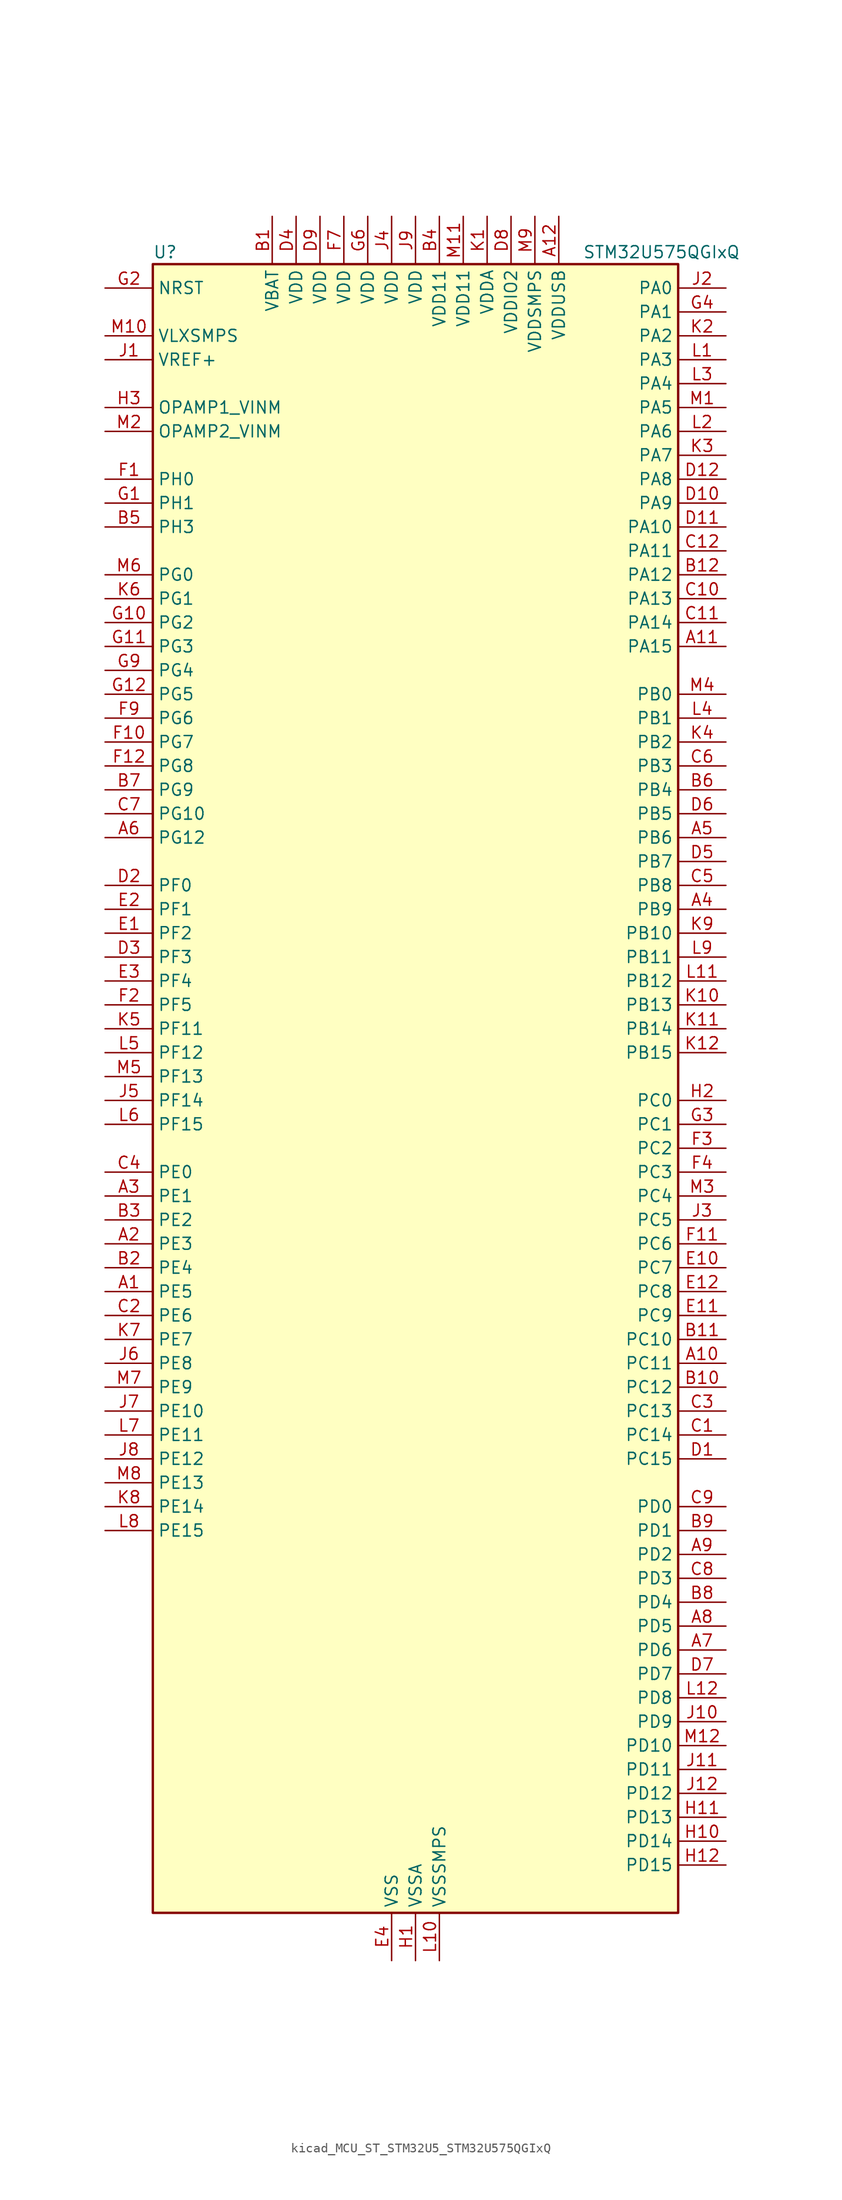
<source format=kicad_sym>
(kicad_symbol_lib
  (version 20220914)
  (generator kicad_symbol_editor)
  (symbol "kicad_MCU_ST_STM32U5_STM32U575QGIxQ"
    (property "Reference" "U"
      (at -27.94 90.17 0)
      (effects (font (size 1.27 1.27)) (justify left)))
    (property "Value" "STM32U575QGIxQ"
      (at 17.78 90.17 0)
      (effects (font (size 1.27 1.27)) (justify left)))
    (property "ki_locked" ""
      (at 0 0 0)
      (effects (font (size 1.27 1.27))))
    (symbol "kicad_MCU_ST_STM32U5_STM32U575QGIxQ_0_1"
      (rectangle (start -27.94 -86.36) (end 27.94 88.9) (stroke (width 0.254) (type default)) (fill (type background))))
    (symbol "kicad_MCU_ST_STM32U5_STM32U575QGIxQ_1_1"
      (pin bidirectional line (at -33.02 -20.32 0) (length 5.08) (name "PE5" (effects (font (size 1.27 1.27)))) (number "A1" (effects (font (size 1.27 1.27)))) (alternate "DCMI_D6" bidirectional line) (alternate "DEBUG_TRACED2" bidirectional line) (alternate "FMC_A21" bidirectional line) (alternate "MDF1_CKI3" bidirectional line) (alternate "PSSI_D6" bidirectional line) (alternate "PWR_WKUP2" bidirectional line) (alternate "SAI1_CK2" bidirectional line) (alternate "SAI1_SCK_A" bidirectional line) (alternate "TAMP_IN8" bidirectional line) (alternate "TAMP_OUT7" bidirectional line) (alternate "TIM3_CH3" bidirectional line) (alternate "TSC_G7_IO4" bidirectional line))
      (pin bidirectional line (at 33.02 -27.94 180) (length 5.08) (name "PC11" (effects (font (size 1.27 1.27)))) (number "A10" (effects (font (size 1.27 1.27)))) (alternate "ADC1_EXTI11" bidirectional line) (alternate "ADF1_SDI0" bidirectional line) (alternate "DCMI_D2" bidirectional line) (alternate "DCMI_D4" bidirectional line) (alternate "LPTIM3_IN1" bidirectional line) (alternate "OCTOSPIM_P1_NCS" bidirectional line) (alternate "PSSI_D2" bidirectional line) (alternate "PSSI_D4" bidirectional line) (alternate "SAI2_MCLK_B" bidirectional line) (alternate "SDMMC1_D3" bidirectional line) (alternate "SPI3_MISO" bidirectional line) (alternate "TSC_G3_IO3" bidirectional line) (alternate "UART4_RX" bidirectional line) (alternate "UCPD1_FRSTX2" bidirectional line) (alternate "USART3_RX" bidirectional line))
      (pin bidirectional line (at 33.02 48.26 180) (length 5.08) (name "PA15" (effects (font (size 1.27 1.27)))) (number "A11" (effects (font (size 1.27 1.27)))) (alternate "ADC1_EXTI15" bidirectional line) (alternate "ADC4_EXTI15" bidirectional line) (alternate "DEBUG_JTDI" bidirectional line) (alternate "SAI2_FS_B" bidirectional line) (alternate "SPI1_NSS" bidirectional line) (alternate "SPI3_NSS" bidirectional line) (alternate "TIM2_CH1" bidirectional line) (alternate "TIM2_ETR" bidirectional line) (alternate "UART4_DE" bidirectional line) (alternate "UART4_RTS" bidirectional line) (alternate "UCPD1_CC1" bidirectional line) (alternate "USART2_RX" bidirectional line) (alternate "USART3_DE" bidirectional line) (alternate "USART3_RTS" bidirectional line))
      (pin power_in line (at 15.24 93.98 270) (length 5.08) (name "VDDUSB" (effects (font (size 1.27 1.27)))) (number "A12" (effects (font (size 1.27 1.27)))))
      (pin bidirectional line (at -33.02 -15.24 0) (length 5.08) (name "PE3" (effects (font (size 1.27 1.27)))) (number "A2" (effects (font (size 1.27 1.27)))) (alternate "DEBUG_TRACED0" bidirectional line) (alternate "FMC_A19" bidirectional line) (alternate "OCTOSPIM_P1_DQS" bidirectional line) (alternate "SAI1_SD_B" bidirectional line) (alternate "TAMP_IN6" bidirectional line) (alternate "TAMP_OUT3" bidirectional line) (alternate "TIM3_CH1" bidirectional line) (alternate "TSC_G7_IO2" bidirectional line))
      (pin bidirectional line (at -33.02 -10.16 0) (length 5.08) (name "PE1" (effects (font (size 1.27 1.27)))) (number "A3" (effects (font (size 1.27 1.27)))) (alternate "DCMI_D3" bidirectional line) (alternate "FMC_NBL1" bidirectional line) (alternate "PSSI_D3" bidirectional line) (alternate "TIM17_CH1" bidirectional line))
      (pin bidirectional line (at 33.02 20.32 180) (length 5.08) (name "PB9" (effects (font (size 1.27 1.27)))) (number "A4" (effects (font (size 1.27 1.27)))) (alternate "DAC1_EXTI9" bidirectional line) (alternate "DCMI_D7" bidirectional line) (alternate "FDCAN1_TX" bidirectional line) (alternate "I2C1_SDA" bidirectional line) (alternate "IR_OUT" bidirectional line) (alternate "PSSI_D7" bidirectional line) (alternate "SAI1_D2" bidirectional line) (alternate "SAI1_FS_A" bidirectional line) (alternate "SDMMC1_CDIR" bidirectional line) (alternate "SDMMC1_D5" bidirectional line) (alternate "SDMMC2_D5" bidirectional line) (alternate "SPI2_NSS" bidirectional line) (alternate "TIM17_CH1" bidirectional line) (alternate "TIM4_CH4" bidirectional line))
      (pin bidirectional line (at 33.02 27.94 180) (length 5.08) (name "PB6" (effects (font (size 1.27 1.27)))) (number "A5" (effects (font (size 1.27 1.27)))) (alternate "COMP2_INP" bidirectional line) (alternate "DCMI_D5" bidirectional line) (alternate "I2C1_SCL" bidirectional line) (alternate "I2C4_SCL" bidirectional line) (alternate "LPTIM1_ETR" bidirectional line) (alternate "MDF1_SDI5" bidirectional line) (alternate "PSSI_D5" bidirectional line) (alternate "PWR_WKUP3" bidirectional line) (alternate "SAI1_FS_B" bidirectional line) (alternate "TIM16_CH1N" bidirectional line) (alternate "TIM4_CH1" bidirectional line) (alternate "TIM8_BKIN2" bidirectional line) (alternate "TSC_G2_IO3" bidirectional line) (alternate "USART1_TX" bidirectional line))
      (pin bidirectional line (at -33.02 27.94 0) (length 5.08) (name "PG12" (effects (font (size 1.27 1.27)))) (number "A6" (effects (font (size 1.27 1.27)))) (alternate "FMC_NE4" bidirectional line) (alternate "LPTIM1_ETR" bidirectional line) (alternate "OCTOSPIM_P2_NCS" bidirectional line) (alternate "SAI2_SD_A" bidirectional line) (alternate "SPI3_NSS" bidirectional line) (alternate "USART1_DE" bidirectional line) (alternate "USART1_RTS" bidirectional line))
      (pin bidirectional line (at 33.02 -58.42 180) (length 5.08) (name "PD6" (effects (font (size 1.27 1.27)))) (number "A7" (effects (font (size 1.27 1.27)))) (alternate "DCMI_D10" bidirectional line) (alternate "FMC_NWAIT" bidirectional line) (alternate "MDF1_SDI1" bidirectional line) (alternate "OCTOSPIM_P1_IO6" bidirectional line) (alternate "PSSI_D10" bidirectional line) (alternate "SAI1_D1" bidirectional line) (alternate "SAI1_SD_A" bidirectional line) (alternate "SDMMC2_CK" bidirectional line) (alternate "SPI3_MOSI" bidirectional line) (alternate "USART2_RX" bidirectional line))
      (pin bidirectional line (at 33.02 -55.88 180) (length 5.08) (name "PD5" (effects (font (size 1.27 1.27)))) (number "A8" (effects (font (size 1.27 1.27)))) (alternate "FMC_NWE" bidirectional line) (alternate "OCTOSPIM_P1_IO5" bidirectional line) (alternate "SPI2_RDY" bidirectional line) (alternate "USART2_TX" bidirectional line))
      (pin bidirectional line (at 33.02 -48.26 180) (length 5.08) (name "PD2" (effects (font (size 1.27 1.27)))) (number "A9" (effects (font (size 1.27 1.27)))) (alternate "DCMI_D11" bidirectional line) (alternate "DEBUG_TRACED2" bidirectional line) (alternate "LPTIM4_ETR" bidirectional line) (alternate "PSSI_D11" bidirectional line) (alternate "SDMMC1_CMD" bidirectional line) (alternate "TIM3_ETR" bidirectional line) (alternate "TSC_SYNC" bidirectional line) (alternate "UART5_RX" bidirectional line) (alternate "USART3_DE" bidirectional line) (alternate "USART3_RTS" bidirectional line))
      (pin power_in line (at -15.24 93.98 270) (length 5.08) (name "VBAT" (effects (font (size 1.27 1.27)))) (number "B1" (effects (font (size 1.27 1.27)))))
      (pin bidirectional line (at 33.02 -30.48 180) (length 5.08) (name "PC12" (effects (font (size 1.27 1.27)))) (number "B10" (effects (font (size 1.27 1.27)))) (alternate "DCMI_D9" bidirectional line) (alternate "DEBUG_TRACED3" bidirectional line) (alternate "PSSI_D9" bidirectional line) (alternate "SAI2_SD_B" bidirectional line) (alternate "SDMMC1_CK" bidirectional line) (alternate "SPI3_MOSI" bidirectional line) (alternate "TSC_G3_IO4" bidirectional line) (alternate "UART5_TX" bidirectional line) (alternate "USART3_CK" bidirectional line))
      (pin bidirectional line (at 33.02 -25.4 180) (length 5.08) (name "PC10" (effects (font (size 1.27 1.27)))) (number "B11" (effects (font (size 1.27 1.27)))) (alternate "ADF1_CCK1" bidirectional line) (alternate "DCMI_D8" bidirectional line) (alternate "DEBUG_TRACED1" bidirectional line) (alternate "LPTIM3_ETR" bidirectional line) (alternate "PSSI_D8" bidirectional line) (alternate "SAI2_SCK_B" bidirectional line) (alternate "SDMMC1_D2" bidirectional line) (alternate "SPI3_SCK" bidirectional line) (alternate "TSC_G3_IO2" bidirectional line) (alternate "UART4_TX" bidirectional line) (alternate "USART3_TX" bidirectional line))
      (pin bidirectional line (at 33.02 55.88 180) (length 5.08) (name "PA12" (effects (font (size 1.27 1.27)))) (number "B12" (effects (font (size 1.27 1.27)))) (alternate "FDCAN1_TX" bidirectional line) (alternate "OCTOSPIM_P2_NCS" bidirectional line) (alternate "SPI1_MOSI" bidirectional line) (alternate "TIM1_ETR" bidirectional line) (alternate "USART1_DE" bidirectional line) (alternate "USART1_RTS" bidirectional line) (alternate "USB_OTG_FS_DP" bidirectional line))
      (pin bidirectional line (at -33.02 -17.78 0) (length 5.08) (name "PE4" (effects (font (size 1.27 1.27)))) (number "B2" (effects (font (size 1.27 1.27)))) (alternate "DCMI_D4" bidirectional line) (alternate "DEBUG_TRACED1" bidirectional line) (alternate "FMC_A20" bidirectional line) (alternate "MDF1_SDI3" bidirectional line) (alternate "PSSI_D4" bidirectional line) (alternate "PWR_WKUP1" bidirectional line) (alternate "SAI1_D2" bidirectional line) (alternate "SAI1_FS_A" bidirectional line) (alternate "TAMP_IN7" bidirectional line) (alternate "TAMP_OUT8" bidirectional line) (alternate "TIM3_CH2" bidirectional line) (alternate "TSC_G7_IO3" bidirectional line))
      (pin bidirectional line (at -33.02 -12.7 0) (length 5.08) (name "PE2" (effects (font (size 1.27 1.27)))) (number "B3" (effects (font (size 1.27 1.27)))) (alternate "DEBUG_TRACECLK" bidirectional line) (alternate "FMC_A23" bidirectional line) (alternate "SAI1_CK1" bidirectional line) (alternate "SAI1_MCLK_A" bidirectional line) (alternate "TIM3_ETR" bidirectional line) (alternate "TSC_G7_IO1" bidirectional line))
      (pin power_in line (at 2.54 93.98 270) (length 5.08) (name "VDD11" (effects (font (size 1.27 1.27)))) (number "B4" (effects (font (size 1.27 1.27)))))
      (pin bidirectional line (at -33.02 60.96 0) (length 5.08) (name "PH3" (effects (font (size 1.27 1.27)))) (number "B5" (effects (font (size 1.27 1.27)))))
      (pin bidirectional line (at 33.02 33.02 180) (length 5.08) (name "PB4" (effects (font (size 1.27 1.27)))) (number "B6" (effects (font (size 1.27 1.27)))) (alternate "ADF1_SDI0" bidirectional line) (alternate "COMP2_INP" bidirectional line) (alternate "DCMI_D12" bidirectional line) (alternate "DEBUG_JTRST" bidirectional line) (alternate "I2C3_SDA" bidirectional line) (alternate "LPTIM1_CH2" bidirectional line) (alternate "PSSI_D12" bidirectional line) (alternate "SAI1_MCLK_B" bidirectional line) (alternate "SDMMC2_D3" bidirectional line) (alternate "SPI1_MISO" bidirectional line) (alternate "SPI3_MISO" bidirectional line) (alternate "TIM17_BKIN" bidirectional line) (alternate "TIM3_CH1" bidirectional line) (alternate "TSC_G2_IO1" bidirectional line) (alternate "UART5_DE" bidirectional line) (alternate "UART5_RTS" bidirectional line) (alternate "USART1_CTS" bidirectional line))
      (pin bidirectional line (at -33.02 33.02 0) (length 5.08) (name "PG9" (effects (font (size 1.27 1.27)))) (number "B7" (effects (font (size 1.27 1.27)))) (alternate "DAC1_EXTI9" bidirectional line) (alternate "FMC_NCE" bidirectional line) (alternate "FMC_NE2" bidirectional line) (alternate "OCTOSPIM_P2_IO6" bidirectional line) (alternate "SAI2_SCK_A" bidirectional line) (alternate "SPI3_SCK" bidirectional line) (alternate "TIM15_CH1N" bidirectional line) (alternate "USART1_TX" bidirectional line))
      (pin bidirectional line (at 33.02 -53.34 180) (length 5.08) (name "PD4" (effects (font (size 1.27 1.27)))) (number "B8" (effects (font (size 1.27 1.27)))) (alternate "FMC_NOE" bidirectional line) (alternate "MDF1_CKI0" bidirectional line) (alternate "OCTOSPIM_P1_IO4" bidirectional line) (alternate "SPI2_MOSI" bidirectional line) (alternate "USART2_DE" bidirectional line) (alternate "USART2_RTS" bidirectional line))
      (pin bidirectional line (at 33.02 -45.72 180) (length 5.08) (name "PD1" (effects (font (size 1.27 1.27)))) (number "B9" (effects (font (size 1.27 1.27)))) (alternate "FDCAN1_TX" bidirectional line) (alternate "FMC_D3" bidirectional line) (alternate "FMC_DA3" bidirectional line) (alternate "SPI2_SCK" bidirectional line))
      (pin bidirectional line (at 33.02 -35.56 180) (length 5.08) (name "PC14" (effects (font (size 1.27 1.27)))) (number "C1" (effects (font (size 1.27 1.27)))) (alternate "RCC_OSC32_IN" bidirectional line))
      (pin bidirectional line (at 33.02 53.34 180) (length 5.08) (name "PA13" (effects (font (size 1.27 1.27)))) (number "C10" (effects (font (size 1.27 1.27)))) (alternate "DEBUG_JTMS-SWDIO" bidirectional line) (alternate "IR_OUT" bidirectional line) (alternate "SAI1_SD_B" bidirectional line) (alternate "USB_OTG_FS_NOE" bidirectional line))
      (pin bidirectional line (at 33.02 50.8 180) (length 5.08) (name "PA14" (effects (font (size 1.27 1.27)))) (number "C11" (effects (font (size 1.27 1.27)))) (alternate "DEBUG_JTCK-SWCLK" bidirectional line) (alternate "I2C1_SMBA" bidirectional line) (alternate "I2C4_SMBA" bidirectional line) (alternate "LPTIM1_CH1" bidirectional line) (alternate "SAI1_FS_B" bidirectional line) (alternate "USB_OTG_FS_SOF" bidirectional line))
      (pin bidirectional line (at 33.02 58.42 180) (length 5.08) (name "PA11" (effects (font (size 1.27 1.27)))) (number "C12" (effects (font (size 1.27 1.27)))) (alternate "ADC1_EXTI11" bidirectional line) (alternate "FDCAN1_RX" bidirectional line) (alternate "SPI1_MISO" bidirectional line) (alternate "TIM1_BKIN2" bidirectional line) (alternate "TIM1_CH4" bidirectional line) (alternate "USART1_CTS" bidirectional line) (alternate "USB_OTG_FS_DM" bidirectional line))
      (pin bidirectional line (at -33.02 -22.86 0) (length 5.08) (name "PE6" (effects (font (size 1.27 1.27)))) (number "C2" (effects (font (size 1.27 1.27)))) (alternate "DCMI_D7" bidirectional line) (alternate "DEBUG_TRACED3" bidirectional line) (alternate "FMC_A22" bidirectional line) (alternate "PSSI_D7" bidirectional line) (alternate "PWR_WKUP3" bidirectional line) (alternate "SAI1_D1" bidirectional line) (alternate "SAI1_SD_A" bidirectional line) (alternate "TAMP_IN3" bidirectional line) (alternate "TAMP_OUT6" bidirectional line) (alternate "TIM3_CH4" bidirectional line))
      (pin bidirectional line (at 33.02 -33.02 180) (length 5.08) (name "PC13" (effects (font (size 1.27 1.27)))) (number "C3" (effects (font (size 1.27 1.27)))) (alternate "PWR_WKUP2" bidirectional line) (alternate "RTC_OUT1" bidirectional line) (alternate "RTC_TS" bidirectional line) (alternate "TAMP_IN1" bidirectional line) (alternate "TAMP_OUT2" bidirectional line))
      (pin bidirectional line (at -33.02 -7.62 0) (length 5.08) (name "PE0" (effects (font (size 1.27 1.27)))) (number "C4" (effects (font (size 1.27 1.27)))) (alternate "DCMI_D2" bidirectional line) (alternate "FMC_NBL0" bidirectional line) (alternate "PSSI_D2" bidirectional line) (alternate "TIM16_CH1" bidirectional line) (alternate "TIM4_ETR" bidirectional line))
      (pin bidirectional line (at 33.02 22.86 180) (length 5.08) (name "PB8" (effects (font (size 1.27 1.27)))) (number "C5" (effects (font (size 1.27 1.27)))) (alternate "DCMI_D6" bidirectional line) (alternate "FDCAN1_RX" bidirectional line) (alternate "I2C1_SCL" bidirectional line) (alternate "MDF1_CCK0" bidirectional line) (alternate "PSSI_D6" bidirectional line) (alternate "PWR_WKUP5" bidirectional line) (alternate "SAI1_CK1" bidirectional line) (alternate "SAI1_MCLK_A" bidirectional line) (alternate "SDMMC1_CKIN" bidirectional line) (alternate "SDMMC1_D4" bidirectional line) (alternate "SDMMC2_D4" bidirectional line) (alternate "SPI3_RDY" bidirectional line) (alternate "TIM16_CH1" bidirectional line) (alternate "TIM4_CH3" bidirectional line))
      (pin bidirectional line (at 33.02 35.56 180) (length 5.08) (name "PB3" (effects (font (size 1.27 1.27)))) (number "C6" (effects (font (size 1.27 1.27)))) (alternate "ADF1_CCK0" bidirectional line) (alternate "COMP2_INM" bidirectional line) (alternate "CRS_SYNC" bidirectional line) (alternate "DEBUG_JTDO-SWO" bidirectional line) (alternate "I2C1_SDA" bidirectional line) (alternate "LPTIM1_CH1" bidirectional line) (alternate "SAI1_SCK_B" bidirectional line) (alternate "SDMMC2_D2" bidirectional line) (alternate "SPI1_SCK" bidirectional line) (alternate "SPI3_SCK" bidirectional line) (alternate "TIM2_CH2" bidirectional line) (alternate "USART1_DE" bidirectional line) (alternate "USART1_RTS" bidirectional line))
      (pin bidirectional line (at -33.02 30.48 0) (length 5.08) (name "PG10" (effects (font (size 1.27 1.27)))) (number "C7" (effects (font (size 1.27 1.27)))) (alternate "FMC_NE3" bidirectional line) (alternate "LPTIM1_IN1" bidirectional line) (alternate "OCTOSPIM_P2_IO7" bidirectional line) (alternate "SAI2_FS_A" bidirectional line) (alternate "SPI3_MISO" bidirectional line) (alternate "TIM15_CH1" bidirectional line) (alternate "USART1_RX" bidirectional line))
      (pin bidirectional line (at 33.02 -50.8 180) (length 5.08) (name "PD3" (effects (font (size 1.27 1.27)))) (number "C8" (effects (font (size 1.27 1.27)))) (alternate "DCMI_D5" bidirectional line) (alternate "FMC_CLK" bidirectional line) (alternate "MDF1_SDI0" bidirectional line) (alternate "OCTOSPIM_P2_NCS" bidirectional line) (alternate "PSSI_D5" bidirectional line) (alternate "SPI2_MISO" bidirectional line) (alternate "SPI2_SCK" bidirectional line) (alternate "USART2_CTS" bidirectional line))
      (pin bidirectional line (at 33.02 -43.18 180) (length 5.08) (name "PD0" (effects (font (size 1.27 1.27)))) (number "C9" (effects (font (size 1.27 1.27)))) (alternate "FDCAN1_RX" bidirectional line) (alternate "FMC_D2" bidirectional line) (alternate "FMC_DA2" bidirectional line) (alternate "SPI2_NSS" bidirectional line) (alternate "TIM8_CH4N" bidirectional line))
      (pin bidirectional line (at 33.02 -38.1 180) (length 5.08) (name "PC15" (effects (font (size 1.27 1.27)))) (number "D1" (effects (font (size 1.27 1.27)))) (alternate "ADC1_EXTI15" bidirectional line) (alternate "ADC4_EXTI15" bidirectional line) (alternate "RCC_OSC32_OUT" bidirectional line))
      (pin bidirectional line (at 33.02 63.5 180) (length 5.08) (name "PA9" (effects (font (size 1.27 1.27)))) (number "D10" (effects (font (size 1.27 1.27)))) (alternate "DAC1_EXTI9" bidirectional line) (alternate "DCMI_D0" bidirectional line) (alternate "PSSI_D0" bidirectional line) (alternate "SAI1_FS_A" bidirectional line) (alternate "SPI2_SCK" bidirectional line) (alternate "TIM15_BKIN" bidirectional line) (alternate "TIM1_CH2" bidirectional line) (alternate "USART1_TX" bidirectional line) (alternate "USB_OTG_FS_VBUS" bidirectional line))
      (pin bidirectional line (at 33.02 60.96 180) (length 5.08) (name "PA10" (effects (font (size 1.27 1.27)))) (number "D11" (effects (font (size 1.27 1.27)))) (alternate "CRS_SYNC" bidirectional line) (alternate "DCMI_D1" bidirectional line) (alternate "LPTIM2_IN2" bidirectional line) (alternate "PSSI_D1" bidirectional line) (alternate "SAI1_D1" bidirectional line) (alternate "SAI1_SD_A" bidirectional line) (alternate "TIM17_BKIN" bidirectional line) (alternate "TIM1_CH3" bidirectional line) (alternate "USART1_RX" bidirectional line) (alternate "USB_OTG_FS_ID" bidirectional line))
      (pin bidirectional line (at 33.02 66.04 180) (length 5.08) (name "PA8" (effects (font (size 1.27 1.27)))) (number "D12" (effects (font (size 1.27 1.27)))) (alternate "DEBUG_TRACECLK" bidirectional line) (alternate "LPTIM2_CH1" bidirectional line) (alternate "RCC_MCO" bidirectional line) (alternate "SAI1_CK2" bidirectional line) (alternate "SAI1_SCK_A" bidirectional line) (alternate "SPI1_RDY" bidirectional line) (alternate "TIM1_CH1" bidirectional line) (alternate "USART1_CK" bidirectional line) (alternate "USB_OTG_FS_SOF" bidirectional line))
      (pin bidirectional line (at -33.02 22.86 0) (length 5.08) (name "PF0" (effects (font (size 1.27 1.27)))) (number "D2" (effects (font (size 1.27 1.27)))) (alternate "FMC_A0" bidirectional line) (alternate "I2C2_SDA" bidirectional line) (alternate "OCTOSPIM_P2_IO0" bidirectional line))
      (pin bidirectional line (at -33.02 15.24 0) (length 5.08) (name "PF3" (effects (font (size 1.27 1.27)))) (number "D3" (effects (font (size 1.27 1.27)))) (alternate "FMC_A3" bidirectional line) (alternate "LPTIM3_IN1" bidirectional line) (alternate "OCTOSPIM_P2_IO3" bidirectional line))
      (pin power_in line (at -12.7 93.98 270) (length 5.08) (name "VDD" (effects (font (size 1.27 1.27)))) (number "D4" (effects (font (size 1.27 1.27)))))
      (pin bidirectional line (at 33.02 25.4 180) (length 5.08) (name "PB7" (effects (font (size 1.27 1.27)))) (number "D5" (effects (font (size 1.27 1.27)))) (alternate "COMP2_INM" bidirectional line) (alternate "DCMI_VSYNC" bidirectional line) (alternate "FMC_NL" bidirectional line) (alternate "I2C1_SDA" bidirectional line) (alternate "I2C4_SDA" bidirectional line) (alternate "LPTIM1_IN2" bidirectional line) (alternate "MDF1_CKI5" bidirectional line) (alternate "PSSI_RDY" bidirectional line) (alternate "PWR_PVD_IN" bidirectional line) (alternate "PWR_WKUP4" bidirectional line) (alternate "TIM17_CH1N" bidirectional line) (alternate "TIM4_CH2" bidirectional line) (alternate "TIM8_BKIN" bidirectional line) (alternate "TSC_G2_IO4" bidirectional line) (alternate "UART4_CTS" bidirectional line) (alternate "USART1_RX" bidirectional line))
      (pin bidirectional line (at 33.02 30.48 180) (length 5.08) (name "PB5" (effects (font (size 1.27 1.27)))) (number "D6" (effects (font (size 1.27 1.27)))) (alternate "COMP2_OUT" bidirectional line) (alternate "DCMI_D10" bidirectional line) (alternate "I2C1_SMBA" bidirectional line) (alternate "LPTIM1_IN1" bidirectional line) (alternate "OCTOSPIM_P1_NCLK" bidirectional line) (alternate "PSSI_D10" bidirectional line) (alternate "PWR_WKUP6" bidirectional line) (alternate "SAI1_SD_B" bidirectional line) (alternate "SPI1_MOSI" bidirectional line) (alternate "SPI3_MOSI" bidirectional line) (alternate "TIM16_BKIN" bidirectional line) (alternate "TIM3_CH2" bidirectional line) (alternate "TSC_G2_IO2" bidirectional line) (alternate "UART5_CTS" bidirectional line) (alternate "UCPD1_DBCC1" bidirectional line) (alternate "USART1_CK" bidirectional line))
      (pin bidirectional line (at 33.02 -60.96 180) (length 5.08) (name "PD7" (effects (font (size 1.27 1.27)))) (number "D7" (effects (font (size 1.27 1.27)))) (alternate "FMC_NCE" bidirectional line) (alternate "FMC_NE1" bidirectional line) (alternate "LPTIM4_OUT" bidirectional line) (alternate "MDF1_CKI1" bidirectional line) (alternate "OCTOSPIM_P1_IO7" bidirectional line) (alternate "SDMMC2_CMD" bidirectional line) (alternate "USART2_CK" bidirectional line))
      (pin power_in line (at 10.16 93.98 270) (length 5.08) (name "VDDIO2" (effects (font (size 1.27 1.27)))) (number "D8" (effects (font (size 1.27 1.27)))))
      (pin power_in line (at -10.16 93.98 270) (length 5.08) (name "VDD" (effects (font (size 1.27 1.27)))) (number "D9" (effects (font (size 1.27 1.27)))))
      (pin bidirectional line (at -33.02 17.78 0) (length 5.08) (name "PF2" (effects (font (size 1.27 1.27)))) (number "E1" (effects (font (size 1.27 1.27)))) (alternate "FMC_A2" bidirectional line) (alternate "I2C2_SMBA" bidirectional line) (alternate "LPTIM3_CH2" bidirectional line) (alternate "OCTOSPIM_P2_IO2" bidirectional line) (alternate "PWR_WKUP8" bidirectional line))
      (pin bidirectional line (at 33.02 -17.78 180) (length 5.08) (name "PC7" (effects (font (size 1.27 1.27)))) (number "E10" (effects (font (size 1.27 1.27)))) (alternate "DCMI_D1" bidirectional line) (alternate "LPTIM2_CH2" bidirectional line) (alternate "MDF1_SDI3" bidirectional line) (alternate "PSSI_D1" bidirectional line) (alternate "PWR_CDSTOP" bidirectional line) (alternate "SAI2_MCLK_B" bidirectional line) (alternate "SDMMC1_D123DIR" bidirectional line) (alternate "SDMMC1_D7" bidirectional line) (alternate "SDMMC2_D7" bidirectional line) (alternate "TIM3_CH2" bidirectional line) (alternate "TIM8_CH2" bidirectional line) (alternate "TSC_G4_IO2" bidirectional line))
      (pin bidirectional line (at 33.02 -22.86 180) (length 5.08) (name "PC9" (effects (font (size 1.27 1.27)))) (number "E11" (effects (font (size 1.27 1.27)))) (alternate "DAC1_EXTI9" bidirectional line) (alternate "DCMI_D3" bidirectional line) (alternate "DEBUG_TRACED0" bidirectional line) (alternate "LPTIM3_CH2" bidirectional line) (alternate "PSSI_D3" bidirectional line) (alternate "SDMMC1_D1" bidirectional line) (alternate "TIM3_CH4" bidirectional line) (alternate "TIM8_BKIN2" bidirectional line) (alternate "TIM8_CH4" bidirectional line) (alternate "TSC_G4_IO4" bidirectional line) (alternate "USB_OTG_FS_NOE" bidirectional line))
      (pin bidirectional line (at 33.02 -20.32 180) (length 5.08) (name "PC8" (effects (font (size 1.27 1.27)))) (number "E12" (effects (font (size 1.27 1.27)))) (alternate "DCMI_D2" bidirectional line) (alternate "LPTIM3_CH1" bidirectional line) (alternate "PSSI_D2" bidirectional line) (alternate "PWR_SRDSTOP" bidirectional line) (alternate "SDMMC1_D0" bidirectional line) (alternate "TIM3_CH3" bidirectional line) (alternate "TIM8_CH3" bidirectional line) (alternate "TSC_G4_IO3" bidirectional line))
      (pin bidirectional line (at -33.02 20.32 0) (length 5.08) (name "PF1" (effects (font (size 1.27 1.27)))) (number "E2" (effects (font (size 1.27 1.27)))) (alternate "FMC_A1" bidirectional line) (alternate "I2C2_SCL" bidirectional line) (alternate "OCTOSPIM_P2_IO1" bidirectional line))
      (pin bidirectional line (at -33.02 12.7 0) (length 5.08) (name "PF4" (effects (font (size 1.27 1.27)))) (number "E3" (effects (font (size 1.27 1.27)))) (alternate "FMC_A4" bidirectional line) (alternate "LPTIM3_ETR" bidirectional line) (alternate "OCTOSPIM_P2_CLK" bidirectional line))
      (pin power_in line (at -2.54 -91.44 90) (length 5.08) (name "VSS" (effects (font (size 1.27 1.27)))) (number "E4" (effects (font (size 1.27 1.27)))))
      (pin passive line (at -2.54 -91.44 90) (length 5.08) hide (name "VSS" (effects (font (size 1.27 1.27)))) (number "E9" (effects (font (size 1.27 1.27)))))
      (pin bidirectional line (at -33.02 66.04 0) (length 5.08) (name "PH0" (effects (font (size 1.27 1.27)))) (number "F1" (effects (font (size 1.27 1.27)))) (alternate "RCC_OSC_IN" bidirectional line))
      (pin bidirectional line (at -33.02 38.1 0) (length 5.08) (name "PG7" (effects (font (size 1.27 1.27)))) (number "F10" (effects (font (size 1.27 1.27)))) (alternate "FMC_INT" bidirectional line) (alternate "I2C3_SCL" bidirectional line) (alternate "LPUART1_TX" bidirectional line) (alternate "MDF1_CCK0" bidirectional line) (alternate "OCTOSPIM_P2_DQS" bidirectional line) (alternate "SAI1_CK1" bidirectional line) (alternate "SAI1_MCLK_A" bidirectional line) (alternate "UCPD1_FRSTX2" bidirectional line))
      (pin bidirectional line (at 33.02 -15.24 180) (length 5.08) (name "PC6" (effects (font (size 1.27 1.27)))) (number "F11" (effects (font (size 1.27 1.27)))) (alternate "DCMI_D0" bidirectional line) (alternate "MDF1_CKI3" bidirectional line) (alternate "PSSI_D0" bidirectional line) (alternate "PWR_CSLEEP" bidirectional line) (alternate "SAI2_MCLK_A" bidirectional line) (alternate "SDMMC1_D0DIR" bidirectional line) (alternate "SDMMC1_D6" bidirectional line) (alternate "SDMMC2_D6" bidirectional line) (alternate "TIM3_CH1" bidirectional line) (alternate "TIM8_CH1" bidirectional line) (alternate "TSC_G4_IO1" bidirectional line))
      (pin bidirectional line (at -33.02 35.56 0) (length 5.08) (name "PG8" (effects (font (size 1.27 1.27)))) (number "F12" (effects (font (size 1.27 1.27)))) (alternate "I2C3_SDA" bidirectional line) (alternate "LPUART1_RX" bidirectional line))
      (pin bidirectional line (at -33.02 10.16 0) (length 5.08) (name "PF5" (effects (font (size 1.27 1.27)))) (number "F2" (effects (font (size 1.27 1.27)))) (alternate "FMC_A5" bidirectional line) (alternate "LPTIM3_CH1" bidirectional line) (alternate "OCTOSPIM_P2_NCLK" bidirectional line))
      (pin bidirectional line (at 33.02 -5.08 180) (length 5.08) (name "PC2" (effects (font (size 1.27 1.27)))) (number "F3" (effects (font (size 1.27 1.27)))) (alternate "ADC1_IN3" bidirectional line) (alternate "ADC4_IN3" bidirectional line) (alternate "LPTIM1_IN2" bidirectional line) (alternate "MDF1_CCK1" bidirectional line) (alternate "OCTOSPIM_P1_IO5" bidirectional line) (alternate "SPI2_MISO" bidirectional line))
      (pin bidirectional line (at 33.02 -7.62 180) (length 5.08) (name "PC3" (effects (font (size 1.27 1.27)))) (number "F4" (effects (font (size 1.27 1.27)))) (alternate "ADC1_IN4" bidirectional line) (alternate "ADC4_IN4" bidirectional line) (alternate "LPTIM1_ETR" bidirectional line) (alternate "LPTIM2_ETR" bidirectional line) (alternate "LPTIM3_CH1" bidirectional line) (alternate "OCTOSPIM_P1_IO6" bidirectional line) (alternate "SAI1_D1" bidirectional line) (alternate "SAI1_SD_A" bidirectional line) (alternate "SPI2_MOSI" bidirectional line))
      (pin passive line (at -2.54 -91.44 90) (length 5.08) hide (name "VSS" (effects (font (size 1.27 1.27)))) (number "F6" (effects (font (size 1.27 1.27)))))
      (pin power_in line (at -7.62 93.98 270) (length 5.08) (name "VDD" (effects (font (size 1.27 1.27)))) (number "F7" (effects (font (size 1.27 1.27)))))
      (pin bidirectional line (at -33.02 40.64 0) (length 5.08) (name "PG6" (effects (font (size 1.27 1.27)))) (number "F9" (effects (font (size 1.27 1.27)))) (alternate "I2C3_SMBA" bidirectional line) (alternate "LPUART1_DE" bidirectional line) (alternate "LPUART1_RTS" bidirectional line) (alternate "OCTOSPIM_P1_DQS" bidirectional line) (alternate "SPI1_RDY" bidirectional line) (alternate "UCPD1_FRSTX1" bidirectional line))
      (pin bidirectional line (at -33.02 63.5 0) (length 5.08) (name "PH1" (effects (font (size 1.27 1.27)))) (number "G1" (effects (font (size 1.27 1.27)))) (alternate "RCC_OSC_OUT" bidirectional line))
      (pin bidirectional line (at -33.02 50.8 0) (length 5.08) (name "PG2" (effects (font (size 1.27 1.27)))) (number "G10" (effects (font (size 1.27 1.27)))) (alternate "FMC_A12" bidirectional line) (alternate "SAI2_SCK_B" bidirectional line) (alternate "SPI1_SCK" bidirectional line))
      (pin bidirectional line (at -33.02 48.26 0) (length 5.08) (name "PG3" (effects (font (size 1.27 1.27)))) (number "G11" (effects (font (size 1.27 1.27)))) (alternate "FMC_A13" bidirectional line) (alternate "SAI2_FS_B" bidirectional line) (alternate "SPI1_MISO" bidirectional line))
      (pin bidirectional line (at -33.02 43.18 0) (length 5.08) (name "PG5" (effects (font (size 1.27 1.27)))) (number "G12" (effects (font (size 1.27 1.27)))) (alternate "FMC_A15" bidirectional line) (alternate "LPUART1_CTS" bidirectional line) (alternate "SAI2_SD_B" bidirectional line) (alternate "SPI1_NSS" bidirectional line))
      (pin input line (at -33.02 86.36 0) (length 5.08) (name "NRST" (effects (font (size 1.27 1.27)))) (number "G2" (effects (font (size 1.27 1.27)))))
      (pin bidirectional line (at 33.02 -2.54 180) (length 5.08) (name "PC1" (effects (font (size 1.27 1.27)))) (number "G3" (effects (font (size 1.27 1.27)))) (alternate "ADC1_IN2" bidirectional line) (alternate "ADC4_IN2" bidirectional line) (alternate "DEBUG_TRACED0" bidirectional line) (alternate "I2C3_SDA" bidirectional line) (alternate "LPTIM1_CH1" bidirectional line) (alternate "LPUART1_TX" bidirectional line) (alternate "MDF1_CKI4" bidirectional line) (alternate "OCTOSPIM_P1_IO4" bidirectional line) (alternate "SAI1_SD_A" bidirectional line) (alternate "SDMMC2_CK" bidirectional line) (alternate "SPI2_MOSI" bidirectional line))
      (pin bidirectional line (at 33.02 83.82 180) (length 5.08) (name "PA1" (effects (font (size 1.27 1.27)))) (number "G4" (effects (font (size 1.27 1.27)))) (alternate "ADC1_IN6" bidirectional line) (alternate "I2C1_SMBA" bidirectional line) (alternate "LPTIM1_CH2" bidirectional line) (alternate "OCTOSPIM_P1_DQS" bidirectional line) (alternate "OPAMP1_VINM" bidirectional line) (alternate "PWR_WKUP3" bidirectional line) (alternate "SPI1_SCK" bidirectional line) (alternate "TAMP_IN5" bidirectional line) (alternate "TAMP_OUT4" bidirectional line) (alternate "TIM15_CH1N" bidirectional line) (alternate "TIM2_CH2" bidirectional line) (alternate "TIM5_CH2" bidirectional line) (alternate "UART4_RX" bidirectional line) (alternate "USART2_DE" bidirectional line) (alternate "USART2_RTS" bidirectional line))
      (pin power_in line (at -5.08 93.98 270) (length 5.08) (name "VDD" (effects (font (size 1.27 1.27)))) (number "G6" (effects (font (size 1.27 1.27)))))
      (pin passive line (at -2.54 -91.44 90) (length 5.08) hide (name "VSS" (effects (font (size 1.27 1.27)))) (number "G7" (effects (font (size 1.27 1.27)))))
      (pin bidirectional line (at -33.02 45.72 0) (length 5.08) (name "PG4" (effects (font (size 1.27 1.27)))) (number "G9" (effects (font (size 1.27 1.27)))) (alternate "FMC_A14" bidirectional line) (alternate "SAI2_MCLK_B" bidirectional line) (alternate "SPI1_MOSI" bidirectional line))
      (pin power_in line (at 0 -91.44 90) (length 5.08) (name "VSSA" (effects (font (size 1.27 1.27)))) (number "H1" (effects (font (size 1.27 1.27)))))
      (pin bidirectional line (at 33.02 -78.74 180) (length 5.08) (name "PD14" (effects (font (size 1.27 1.27)))) (number "H10" (effects (font (size 1.27 1.27)))) (alternate "FMC_D0" bidirectional line) (alternate "FMC_DA0" bidirectional line) (alternate "LPTIM3_CH1" bidirectional line) (alternate "TIM4_CH3" bidirectional line))
      (pin bidirectional line (at 33.02 -76.2 180) (length 5.08) (name "PD13" (effects (font (size 1.27 1.27)))) (number "H11" (effects (font (size 1.27 1.27)))) (alternate "ADC4_IN17" bidirectional line) (alternate "FMC_A18" bidirectional line) (alternate "I2C4_SDA" bidirectional line) (alternate "LPTIM2_CH1" bidirectional line) (alternate "LPTIM4_IN1" bidirectional line) (alternate "TIM4_CH2" bidirectional line) (alternate "TSC_G6_IO4" bidirectional line))
      (pin bidirectional line (at 33.02 -81.28 180) (length 5.08) (name "PD15" (effects (font (size 1.27 1.27)))) (number "H12" (effects (font (size 1.27 1.27)))) (alternate "ADC1_EXTI15" bidirectional line) (alternate "ADC4_EXTI15" bidirectional line) (alternate "FMC_D1" bidirectional line) (alternate "FMC_DA1" bidirectional line) (alternate "LPTIM3_CH2" bidirectional line) (alternate "TIM4_CH4" bidirectional line))
      (pin bidirectional line (at 33.02 0 180) (length 5.08) (name "PC0" (effects (font (size 1.27 1.27)))) (number "H2" (effects (font (size 1.27 1.27)))) (alternate "ADC1_IN1" bidirectional line) (alternate "ADC4_IN1" bidirectional line) (alternate "I2C3_SCL" bidirectional line) (alternate "LPTIM1_IN1" bidirectional line) (alternate "LPTIM2_IN1" bidirectional line) (alternate "LPUART1_RX" bidirectional line) (alternate "MDF1_SDI4" bidirectional line) (alternate "OCTOSPIM_P1_IO7" bidirectional line) (alternate "SAI2_FS_A" bidirectional line) (alternate "SDMMC1_D5" bidirectional line) (alternate "SPI2_RDY" bidirectional line))
      (pin bidirectional line (at -33.02 73.66 0) (length 5.08) (name "OPAMP1_VINM" (effects (font (size 1.27 1.27)))) (number "H3" (effects (font (size 1.27 1.27)))) (alternate "OPAMP1_VINM" bidirectional line))
      (pin passive line (at -2.54 -91.44 90) (length 5.08) hide (name "VSS" (effects (font (size 1.27 1.27)))) (number "H4" (effects (font (size 1.27 1.27)))))
      (pin passive line (at -2.54 -91.44 90) (length 5.08) hide (name "VSS" (effects (font (size 1.27 1.27)))) (number "H9" (effects (font (size 1.27 1.27)))))
      (pin input line (at -33.02 78.74 0) (length 5.08) (name "VREF+" (effects (font (size 1.27 1.27)))) (number "J1" (effects (font (size 1.27 1.27)))) (alternate "VREFBUF_OUT" bidirectional line))
      (pin bidirectional line (at 33.02 -66.04 180) (length 5.08) (name "PD9" (effects (font (size 1.27 1.27)))) (number "J10" (effects (font (size 1.27 1.27)))) (alternate "DAC1_EXTI9" bidirectional line) (alternate "DCMI_PIXCLK" bidirectional line) (alternate "FMC_D14" bidirectional line) (alternate "FMC_DA14" bidirectional line) (alternate "LPTIM2_IN2" bidirectional line) (alternate "LPTIM3_IN1" bidirectional line) (alternate "PSSI_PDCK" bidirectional line) (alternate "SAI2_MCLK_A" bidirectional line) (alternate "USART3_RX" bidirectional line))
      (pin bidirectional line (at 33.02 -71.12 180) (length 5.08) (name "PD11" (effects (font (size 1.27 1.27)))) (number "J11" (effects (font (size 1.27 1.27)))) (alternate "ADC1_EXTI11" bidirectional line) (alternate "ADC4_IN15" bidirectional line) (alternate "FMC_A16" bidirectional line) (alternate "FMC_CLE" bidirectional line) (alternate "I2C4_SMBA" bidirectional line) (alternate "LPTIM2_ETR" bidirectional line) (alternate "SAI2_SD_A" bidirectional line) (alternate "TSC_G6_IO2" bidirectional line) (alternate "USART3_CTS" bidirectional line))
      (pin bidirectional line (at 33.02 -73.66 180) (length 5.08) (name "PD12" (effects (font (size 1.27 1.27)))) (number "J12" (effects (font (size 1.27 1.27)))) (alternate "ADC4_IN16" bidirectional line) (alternate "FMC_A17" bidirectional line) (alternate "FMC_ALE" bidirectional line) (alternate "I2C4_SCL" bidirectional line) (alternate "LPTIM2_IN1" bidirectional line) (alternate "SAI2_FS_A" bidirectional line) (alternate "TIM4_CH1" bidirectional line) (alternate "TSC_G6_IO3" bidirectional line) (alternate "USART3_DE" bidirectional line) (alternate "USART3_RTS" bidirectional line))
      (pin bidirectional line (at 33.02 86.36 180) (length 5.08) (name "PA0" (effects (font (size 1.27 1.27)))) (number "J2" (effects (font (size 1.27 1.27)))) (alternate "ADC1_IN5" bidirectional line) (alternate "AUDIOCLK" bidirectional line) (alternate "OCTOSPIM_P2_NCS" bidirectional line) (alternate "OPAMP1_VINP" bidirectional line) (alternate "PWR_WKUP1" bidirectional line) (alternate "SDMMC2_CMD" bidirectional line) (alternate "SPI3_RDY" bidirectional line) (alternate "TAMP_IN2" bidirectional line) (alternate "TAMP_OUT1" bidirectional line) (alternate "TIM2_CH1" bidirectional line) (alternate "TIM2_ETR" bidirectional line) (alternate "TIM5_CH1" bidirectional line) (alternate "TIM8_ETR" bidirectional line) (alternate "UART4_TX" bidirectional line) (alternate "USART2_CTS" bidirectional line))
      (pin bidirectional line (at 33.02 -12.7 180) (length 5.08) (name "PC5" (effects (font (size 1.27 1.27)))) (number "J3" (effects (font (size 1.27 1.27)))) (alternate "ADC1_IN14" bidirectional line) (alternate "ADC4_IN23" bidirectional line) (alternate "COMP1_INP" bidirectional line) (alternate "PSSI_D15" bidirectional line) (alternate "PWR_WKUP5" bidirectional line) (alternate "SAI1_D3" bidirectional line) (alternate "TAMP_IN4" bidirectional line) (alternate "TAMP_OUT5" bidirectional line) (alternate "TIM1_CH4N" bidirectional line) (alternate "USART3_RX" bidirectional line))
      (pin power_in line (at -2.54 93.98 270) (length 5.08) (name "VDD" (effects (font (size 1.27 1.27)))) (number "J4" (effects (font (size 1.27 1.27)))))
      (pin bidirectional line (at -33.02 0 0) (length 5.08) (name "PF14" (effects (font (size 1.27 1.27)))) (number "J5" (effects (font (size 1.27 1.27)))) (alternate "ADC4_IN5" bidirectional line) (alternate "FMC_A8" bidirectional line) (alternate "I2C4_SCL" bidirectional line) (alternate "TSC_G8_IO1" bidirectional line))
      (pin bidirectional line (at -33.02 -27.94 0) (length 5.08) (name "PE8" (effects (font (size 1.27 1.27)))) (number "J6" (effects (font (size 1.27 1.27)))) (alternate "FMC_D5" bidirectional line) (alternate "FMC_DA5" bidirectional line) (alternate "MDF1_CKI2" bidirectional line) (alternate "PWR_WKUP7" bidirectional line) (alternate "SAI1_SCK_B" bidirectional line) (alternate "TIM1_CH1N" bidirectional line))
      (pin bidirectional line (at -33.02 -33.02 0) (length 5.08) (name "PE10" (effects (font (size 1.27 1.27)))) (number "J7" (effects (font (size 1.27 1.27)))) (alternate "ADF1_SDI0" bidirectional line) (alternate "FMC_D7" bidirectional line) (alternate "FMC_DA7" bidirectional line) (alternate "MDF1_SDI4" bidirectional line) (alternate "OCTOSPIM_P1_CLK" bidirectional line) (alternate "SAI1_MCLK_B" bidirectional line) (alternate "TIM1_CH2N" bidirectional line) (alternate "TSC_G5_IO1" bidirectional line))
      (pin bidirectional line (at -33.02 -38.1 0) (length 5.08) (name "PE12" (effects (font (size 1.27 1.27)))) (number "J8" (effects (font (size 1.27 1.27)))) (alternate "FMC_D9" bidirectional line) (alternate "FMC_DA9" bidirectional line) (alternate "MDF1_SDI5" bidirectional line) (alternate "OCTOSPIM_P1_IO0" bidirectional line) (alternate "SPI1_NSS" bidirectional line) (alternate "TIM1_CH3N" bidirectional line) (alternate "TSC_G5_IO3" bidirectional line))
      (pin power_in line (at 0 93.98 270) (length 5.08) (name "VDD" (effects (font (size 1.27 1.27)))) (number "J9" (effects (font (size 1.27 1.27)))))
      (pin power_in line (at 7.62 93.98 270) (length 5.08) (name "VDDA" (effects (font (size 1.27 1.27)))) (number "K1" (effects (font (size 1.27 1.27)))))
      (pin bidirectional line (at 33.02 10.16 180) (length 5.08) (name "PB13" (effects (font (size 1.27 1.27)))) (number "K10" (effects (font (size 1.27 1.27)))) (alternate "I2C2_SCL" bidirectional line) (alternate "LPTIM3_IN1" bidirectional line) (alternate "LPUART1_CTS" bidirectional line) (alternate "MDF1_CKI1" bidirectional line) (alternate "SAI2_SCK_A" bidirectional line) (alternate "SPI2_SCK" bidirectional line) (alternate "TIM15_CH1N" bidirectional line) (alternate "TIM1_CH1N" bidirectional line) (alternate "TSC_G1_IO2" bidirectional line) (alternate "USART3_CTS" bidirectional line))
      (pin bidirectional line (at 33.02 7.62 180) (length 5.08) (name "PB14" (effects (font (size 1.27 1.27)))) (number "K11" (effects (font (size 1.27 1.27)))) (alternate "I2C2_SDA" bidirectional line) (alternate "LPTIM3_ETR" bidirectional line) (alternate "MDF1_SDI2" bidirectional line) (alternate "SAI2_MCLK_A" bidirectional line) (alternate "SDMMC2_D0" bidirectional line) (alternate "SPI2_MISO" bidirectional line) (alternate "TIM15_CH1" bidirectional line) (alternate "TIM1_CH2N" bidirectional line) (alternate "TIM8_CH2N" bidirectional line) (alternate "TSC_G1_IO3" bidirectional line) (alternate "UCPD1_DBCC2" bidirectional line) (alternate "USART3_DE" bidirectional line) (alternate "USART3_RTS" bidirectional line))
      (pin bidirectional line (at 33.02 5.08 180) (length 5.08) (name "PB15" (effects (font (size 1.27 1.27)))) (number "K12" (effects (font (size 1.27 1.27)))) (alternate "ADC1_EXTI15" bidirectional line) (alternate "ADC4_EXTI15" bidirectional line) (alternate "FMC_NBL1" bidirectional line) (alternate "LPTIM2_IN2" bidirectional line) (alternate "MDF1_CKI2" bidirectional line) (alternate "PWR_WKUP7" bidirectional line) (alternate "RTC_REFIN" bidirectional line) (alternate "SAI2_SD_A" bidirectional line) (alternate "SDMMC2_D1" bidirectional line) (alternate "SPI2_MOSI" bidirectional line) (alternate "TIM15_CH2" bidirectional line) (alternate "TIM1_CH3N" bidirectional line) (alternate "TIM8_CH3N" bidirectional line) (alternate "UCPD1_CC2" bidirectional line))
      (pin bidirectional line (at 33.02 81.28 180) (length 5.08) (name "PA2" (effects (font (size 1.27 1.27)))) (number "K2" (effects (font (size 1.27 1.27)))) (alternate "ADC1_IN7" bidirectional line) (alternate "COMP1_INP" bidirectional line) (alternate "LPUART1_TX" bidirectional line) (alternate "OCTOSPIM_P1_NCS" bidirectional line) (alternate "PWR_WKUP4" bidirectional line) (alternate "RCC_LSCO" bidirectional line) (alternate "SPI1_RDY" bidirectional line) (alternate "TIM15_CH1" bidirectional line) (alternate "TIM2_CH3" bidirectional line) (alternate "TIM5_CH3" bidirectional line) (alternate "UCPD1_FRSTX1" bidirectional line) (alternate "USART2_TX" bidirectional line))
      (pin bidirectional line (at 33.02 68.58 180) (length 5.08) (name "PA7" (effects (font (size 1.27 1.27)))) (number "K3" (effects (font (size 1.27 1.27)))) (alternate "ADC1_IN12" bidirectional line) (alternate "ADC4_IN20" bidirectional line) (alternate "I2C3_SCL" bidirectional line) (alternate "LPTIM2_CH2" bidirectional line) (alternate "OCTOSPIM_P1_IO2" bidirectional line) (alternate "OPAMP2_VINM" bidirectional line) (alternate "PWR_SRDSTOP" bidirectional line) (alternate "PWR_WKUP8" bidirectional line) (alternate "SPI1_MOSI" bidirectional line) (alternate "TIM17_CH1" bidirectional line) (alternate "TIM1_CH1N" bidirectional line) (alternate "TIM3_CH2" bidirectional line) (alternate "TIM8_CH1N" bidirectional line) (alternate "USART3_TX" bidirectional line))
      (pin bidirectional line (at 33.02 38.1 180) (length 5.08) (name "PB2" (effects (font (size 1.27 1.27)))) (number "K4" (effects (font (size 1.27 1.27)))) (alternate "ADC1_IN17" bidirectional line) (alternate "COMP1_INP" bidirectional line) (alternate "I2C3_SMBA" bidirectional line) (alternate "LPTIM1_CH1" bidirectional line) (alternate "MDF1_CKI0" bidirectional line) (alternate "OCTOSPIM_P1_DQS" bidirectional line) (alternate "PWR_WKUP1" bidirectional line) (alternate "RTC_OUT2" bidirectional line) (alternate "SPI1_RDY" bidirectional line) (alternate "TIM8_CH4N" bidirectional line) (alternate "UCPD1_FRSTX1" bidirectional line))
      (pin bidirectional line (at -33.02 7.62 0) (length 5.08) (name "PF11" (effects (font (size 1.27 1.27)))) (number "K5" (effects (font (size 1.27 1.27)))) (alternate "ADC1_EXTI11" bidirectional line) (alternate "DCMI_D12" bidirectional line) (alternate "LPTIM4_IN1" bidirectional line) (alternate "OCTOSPIM_P1_NCLK" bidirectional line) (alternate "PSSI_D12" bidirectional line))
      (pin bidirectional line (at -33.02 53.34 0) (length 5.08) (name "PG1" (effects (font (size 1.27 1.27)))) (number "K6" (effects (font (size 1.27 1.27)))) (alternate "ADC4_IN8" bidirectional line) (alternate "FMC_A11" bidirectional line) (alternate "OCTOSPIM_P2_IO5" bidirectional line) (alternate "TSC_G8_IO4" bidirectional line))
      (pin bidirectional line (at -33.02 -25.4 0) (length 5.08) (name "PE7" (effects (font (size 1.27 1.27)))) (number "K7" (effects (font (size 1.27 1.27)))) (alternate "FMC_D4" bidirectional line) (alternate "FMC_DA4" bidirectional line) (alternate "MDF1_SDI2" bidirectional line) (alternate "PWR_WKUP6" bidirectional line) (alternate "SAI1_SD_B" bidirectional line) (alternate "TIM1_ETR" bidirectional line))
      (pin bidirectional line (at -33.02 -43.18 0) (length 5.08) (name "PE14" (effects (font (size 1.27 1.27)))) (number "K8" (effects (font (size 1.27 1.27)))) (alternate "FMC_D11" bidirectional line) (alternate "FMC_DA11" bidirectional line) (alternate "OCTOSPIM_P1_IO2" bidirectional line) (alternate "SPI1_MISO" bidirectional line) (alternate "TIM1_BKIN2" bidirectional line) (alternate "TIM1_CH4" bidirectional line))
      (pin bidirectional line (at 33.02 17.78 180) (length 5.08) (name "PB10" (effects (font (size 1.27 1.27)))) (number "K9" (effects (font (size 1.27 1.27)))) (alternate "COMP1_OUT" bidirectional line) (alternate "I2C2_SCL" bidirectional line) (alternate "I2C4_SCL" bidirectional line) (alternate "LPTIM3_CH1" bidirectional line) (alternate "LPUART1_RX" bidirectional line) (alternate "OCTOSPIM_P1_CLK" bidirectional line) (alternate "PWR_WKUP8" bidirectional line) (alternate "SAI1_SCK_A" bidirectional line) (alternate "SPI2_SCK" bidirectional line) (alternate "TIM2_CH3" bidirectional line) (alternate "TSC_SYNC" bidirectional line) (alternate "USART3_TX" bidirectional line))
      (pin bidirectional line (at 33.02 78.74 180) (length 5.08) (name "PA3" (effects (font (size 1.27 1.27)))) (number "L1" (effects (font (size 1.27 1.27)))) (alternate "ADC1_IN8" bidirectional line) (alternate "LPUART1_RX" bidirectional line) (alternate "OCTOSPIM_P1_CLK" bidirectional line) (alternate "OPAMP1_VOUT" bidirectional line) (alternate "PWR_WKUP5" bidirectional line) (alternate "SAI1_CK1" bidirectional line) (alternate "SAI1_MCLK_A" bidirectional line) (alternate "TIM15_CH2" bidirectional line) (alternate "TIM2_CH4" bidirectional line) (alternate "TIM5_CH4" bidirectional line) (alternate "USART2_RX" bidirectional line))
      (pin power_in line (at 2.54 -91.44 90) (length 5.08) (name "VSSSMPS" (effects (font (size 1.27 1.27)))) (number "L10" (effects (font (size 1.27 1.27)))))
      (pin bidirectional line (at 33.02 12.7 180) (length 5.08) (name "PB12" (effects (font (size 1.27 1.27)))) (number "L11" (effects (font (size 1.27 1.27)))) (alternate "I2C2_SMBA" bidirectional line) (alternate "LPUART1_DE" bidirectional line) (alternate "LPUART1_RTS" bidirectional line) (alternate "MDF1_SDI1" bidirectional line) (alternate "OCTOSPIM_P1_NCLK" bidirectional line) (alternate "SAI2_FS_A" bidirectional line) (alternate "SPI2_NSS" bidirectional line) (alternate "TIM15_BKIN" bidirectional line) (alternate "TIM1_BKIN" bidirectional line) (alternate "TSC_G1_IO1" bidirectional line) (alternate "USART3_CK" bidirectional line))
      (pin bidirectional line (at 33.02 -63.5 180) (length 5.08) (name "PD8" (effects (font (size 1.27 1.27)))) (number "L12" (effects (font (size 1.27 1.27)))) (alternate "DCMI_HSYNC" bidirectional line) (alternate "FMC_D13" bidirectional line) (alternate "FMC_DA13" bidirectional line) (alternate "PSSI_DE" bidirectional line) (alternate "USART3_TX" bidirectional line))
      (pin bidirectional line (at 33.02 71.12 180) (length 5.08) (name "PA6" (effects (font (size 1.27 1.27)))) (number "L2" (effects (font (size 1.27 1.27)))) (alternate "ADC1_IN11" bidirectional line) (alternate "ADC4_IN11" bidirectional line) (alternate "DCMI_PIXCLK" bidirectional line) (alternate "LPUART1_CTS" bidirectional line) (alternate "OCTOSPIM_P1_IO3" bidirectional line) (alternate "OPAMP2_VINP" bidirectional line) (alternate "PSSI_PDCK" bidirectional line) (alternate "PWR_CDSTOP" bidirectional line) (alternate "PWR_WKUP7" bidirectional line) (alternate "SPI1_MISO" bidirectional line) (alternate "TIM16_CH1" bidirectional line) (alternate "TIM1_BKIN" bidirectional line) (alternate "TIM3_CH1" bidirectional line) (alternate "TIM8_BKIN" bidirectional line) (alternate "USART3_CTS" bidirectional line))
      (pin bidirectional line (at 33.02 76.2 180) (length 5.08) (name "PA4" (effects (font (size 1.27 1.27)))) (number "L3" (effects (font (size 1.27 1.27)))) (alternate "ADC1_IN9" bidirectional line) (alternate "ADC4_IN9" bidirectional line) (alternate "DAC1_OUT1" bidirectional line) (alternate "DCMI_HSYNC" bidirectional line) (alternate "LPTIM2_CH1" bidirectional line) (alternate "OCTOSPIM_P1_NCS" bidirectional line) (alternate "PSSI_DE" bidirectional line) (alternate "PWR_WKUP2" bidirectional line) (alternate "SAI1_FS_B" bidirectional line) (alternate "SPI1_NSS" bidirectional line) (alternate "SPI3_NSS" bidirectional line) (alternate "USART2_CK" bidirectional line))
      (pin bidirectional line (at 33.02 40.64 180) (length 5.08) (name "PB1" (effects (font (size 1.27 1.27)))) (number "L4" (effects (font (size 1.27 1.27)))) (alternate "ADC1_IN16" bidirectional line) (alternate "ADC4_IN19" bidirectional line) (alternate "COMP1_INM" bidirectional line) (alternate "LPTIM2_IN1" bidirectional line) (alternate "LPTIM3_CH2" bidirectional line) (alternate "LPUART1_DE" bidirectional line) (alternate "LPUART1_RTS" bidirectional line) (alternate "MDF1_SDI0" bidirectional line) (alternate "OCTOSPIM_P1_IO0" bidirectional line) (alternate "PWR_WKUP4" bidirectional line) (alternate "TIM1_CH3N" bidirectional line) (alternate "TIM3_CH4" bidirectional line) (alternate "TIM8_CH3N" bidirectional line) (alternate "USART3_DE" bidirectional line) (alternate "USART3_RTS" bidirectional line))
      (pin bidirectional line (at -33.02 5.08 0) (length 5.08) (name "PF12" (effects (font (size 1.27 1.27)))) (number "L5" (effects (font (size 1.27 1.27)))) (alternate "FMC_A6" bidirectional line) (alternate "LPTIM4_ETR" bidirectional line) (alternate "OCTOSPIM_P2_DQS" bidirectional line))
      (pin bidirectional line (at -33.02 -2.54 0) (length 5.08) (name "PF15" (effects (font (size 1.27 1.27)))) (number "L6" (effects (font (size 1.27 1.27)))) (alternate "ADC1_EXTI15" bidirectional line) (alternate "ADC4_EXTI15" bidirectional line) (alternate "ADC4_IN6" bidirectional line) (alternate "FMC_A9" bidirectional line) (alternate "I2C4_SDA" bidirectional line) (alternate "TSC_G8_IO2" bidirectional line))
      (pin bidirectional line (at -33.02 -35.56 0) (length 5.08) (name "PE11" (effects (font (size 1.27 1.27)))) (number "L7" (effects (font (size 1.27 1.27)))) (alternate "ADC1_EXTI11" bidirectional line) (alternate "FMC_D8" bidirectional line) (alternate "FMC_DA8" bidirectional line) (alternate "MDF1_CKI4" bidirectional line) (alternate "OCTOSPIM_P1_NCS" bidirectional line) (alternate "SPI1_RDY" bidirectional line) (alternate "TIM1_CH2" bidirectional line) (alternate "TSC_G5_IO2" bidirectional line))
      (pin bidirectional line (at -33.02 -45.72 0) (length 5.08) (name "PE15" (effects (font (size 1.27 1.27)))) (number "L8" (effects (font (size 1.27 1.27)))) (alternate "ADC1_EXTI15" bidirectional line) (alternate "ADC4_EXTI15" bidirectional line) (alternate "FMC_D12" bidirectional line) (alternate "FMC_DA12" bidirectional line) (alternate "OCTOSPIM_P1_IO3" bidirectional line) (alternate "SPI1_MOSI" bidirectional line) (alternate "TIM1_BKIN" bidirectional line) (alternate "TIM1_CH4N" bidirectional line))
      (pin bidirectional line (at 33.02 15.24 180) (length 5.08) (name "PB11" (effects (font (size 1.27 1.27)))) (number "L9" (effects (font (size 1.27 1.27)))) (alternate "ADC1_EXTI11" bidirectional line) (alternate "COMP2_OUT" bidirectional line) (alternate "I2C2_SDA" bidirectional line) (alternate "I2C4_SDA" bidirectional line) (alternate "LPUART1_TX" bidirectional line) (alternate "OCTOSPIM_P1_NCS" bidirectional line) (alternate "SPI2_RDY" bidirectional line) (alternate "TIM2_CH4" bidirectional line) (alternate "USART3_RX" bidirectional line))
      (pin bidirectional line (at 33.02 73.66 180) (length 5.08) (name "PA5" (effects (font (size 1.27 1.27)))) (number "M1" (effects (font (size 1.27 1.27)))) (alternate "ADC1_IN10" bidirectional line) (alternate "ADC4_IN10" bidirectional line) (alternate "DAC1_OUT2" bidirectional line) (alternate "LPTIM2_ETR" bidirectional line) (alternate "PSSI_D14" bidirectional line) (alternate "PWR_CSLEEP" bidirectional line) (alternate "PWR_WKUP6" bidirectional line) (alternate "SPI1_SCK" bidirectional line) (alternate "TIM2_CH1" bidirectional line) (alternate "TIM2_ETR" bidirectional line) (alternate "TIM8_CH1N" bidirectional line) (alternate "USART3_RX" bidirectional line))
      (pin power_in line (at -33.02 81.28 0) (length 5.08) (name "VLXSMPS" (effects (font (size 1.27 1.27)))) (number "M10" (effects (font (size 1.27 1.27)))))
      (pin power_in line (at 5.08 93.98 270) (length 5.08) (name "VDD11" (effects (font (size 1.27 1.27)))) (number "M11" (effects (font (size 1.27 1.27)))))
      (pin bidirectional line (at 33.02 -68.58 180) (length 5.08) (name "PD10" (effects (font (size 1.27 1.27)))) (number "M12" (effects (font (size 1.27 1.27)))) (alternate "FMC_D15" bidirectional line) (alternate "FMC_DA15" bidirectional line) (alternate "LPTIM2_CH2" bidirectional line) (alternate "LPTIM3_ETR" bidirectional line) (alternate "SAI2_SCK_A" bidirectional line) (alternate "TSC_G6_IO1" bidirectional line) (alternate "USART3_CK" bidirectional line))
      (pin bidirectional line (at -33.02 71.12 0) (length 5.08) (name "OPAMP2_VINM" (effects (font (size 1.27 1.27)))) (number "M2" (effects (font (size 1.27 1.27)))) (alternate "OPAMP2_VINM" bidirectional line))
      (pin bidirectional line (at 33.02 -10.16 180) (length 5.08) (name "PC4" (effects (font (size 1.27 1.27)))) (number "M3" (effects (font (size 1.27 1.27)))) (alternate "ADC1_IN13" bidirectional line) (alternate "ADC4_IN22" bidirectional line) (alternate "COMP1_INM" bidirectional line) (alternate "OCTOSPIM_P1_IO7" bidirectional line) (alternate "USART3_TX" bidirectional line))
      (pin bidirectional line (at 33.02 43.18 180) (length 5.08) (name "PB0" (effects (font (size 1.27 1.27)))) (number "M4" (effects (font (size 1.27 1.27)))) (alternate "ADC1_IN15" bidirectional line) (alternate "ADC4_IN18" bidirectional line) (alternate "AUDIOCLK" bidirectional line) (alternate "COMP1_OUT" bidirectional line) (alternate "LPTIM3_CH1" bidirectional line) (alternate "OCTOSPIM_P1_IO1" bidirectional line) (alternate "OPAMP2_VOUT" bidirectional line) (alternate "SPI1_NSS" bidirectional line) (alternate "TIM1_CH2N" bidirectional line) (alternate "TIM3_CH3" bidirectional line) (alternate "TIM8_CH2N" bidirectional line) (alternate "USART3_CK" bidirectional line))
      (pin bidirectional line (at -33.02 2.54 0) (length 5.08) (name "PF13" (effects (font (size 1.27 1.27)))) (number "M5" (effects (font (size 1.27 1.27)))) (alternate "FMC_A7" bidirectional line) (alternate "I2C4_SMBA" bidirectional line) (alternate "LPTIM4_OUT" bidirectional line) (alternate "UCPD1_FRSTX2" bidirectional line))
      (pin bidirectional line (at -33.02 55.88 0) (length 5.08) (name "PG0" (effects (font (size 1.27 1.27)))) (number "M6" (effects (font (size 1.27 1.27)))) (alternate "ADC4_IN7" bidirectional line) (alternate "FMC_A10" bidirectional line) (alternate "OCTOSPIM_P2_IO4" bidirectional line) (alternate "TSC_G8_IO3" bidirectional line))
      (pin bidirectional line (at -33.02 -30.48 0) (length 5.08) (name "PE9" (effects (font (size 1.27 1.27)))) (number "M7" (effects (font (size 1.27 1.27)))) (alternate "ADF1_CCK0" bidirectional line) (alternate "DAC1_EXTI9" bidirectional line) (alternate "FMC_D6" bidirectional line) (alternate "FMC_DA6" bidirectional line) (alternate "MDF1_CCK0" bidirectional line) (alternate "OCTOSPIM_P1_NCLK" bidirectional line) (alternate "SAI1_FS_B" bidirectional line) (alternate "TIM1_CH1" bidirectional line))
      (pin bidirectional line (at -33.02 -40.64 0) (length 5.08) (name "PE13" (effects (font (size 1.27 1.27)))) (number "M8" (effects (font (size 1.27 1.27)))) (alternate "FMC_D10" bidirectional line) (alternate "FMC_DA10" bidirectional line) (alternate "MDF1_CKI5" bidirectional line) (alternate "OCTOSPIM_P1_IO1" bidirectional line) (alternate "SPI1_SCK" bidirectional line) (alternate "TIM1_CH3" bidirectional line) (alternate "TSC_G5_IO4" bidirectional line))
      (pin power_in line (at 12.7 93.98 270) (length 5.08) (name "VDDSMPS" (effects (font (size 1.27 1.27)))) (number "M9" (effects (font (size 1.27 1.27))))))))
</source>
